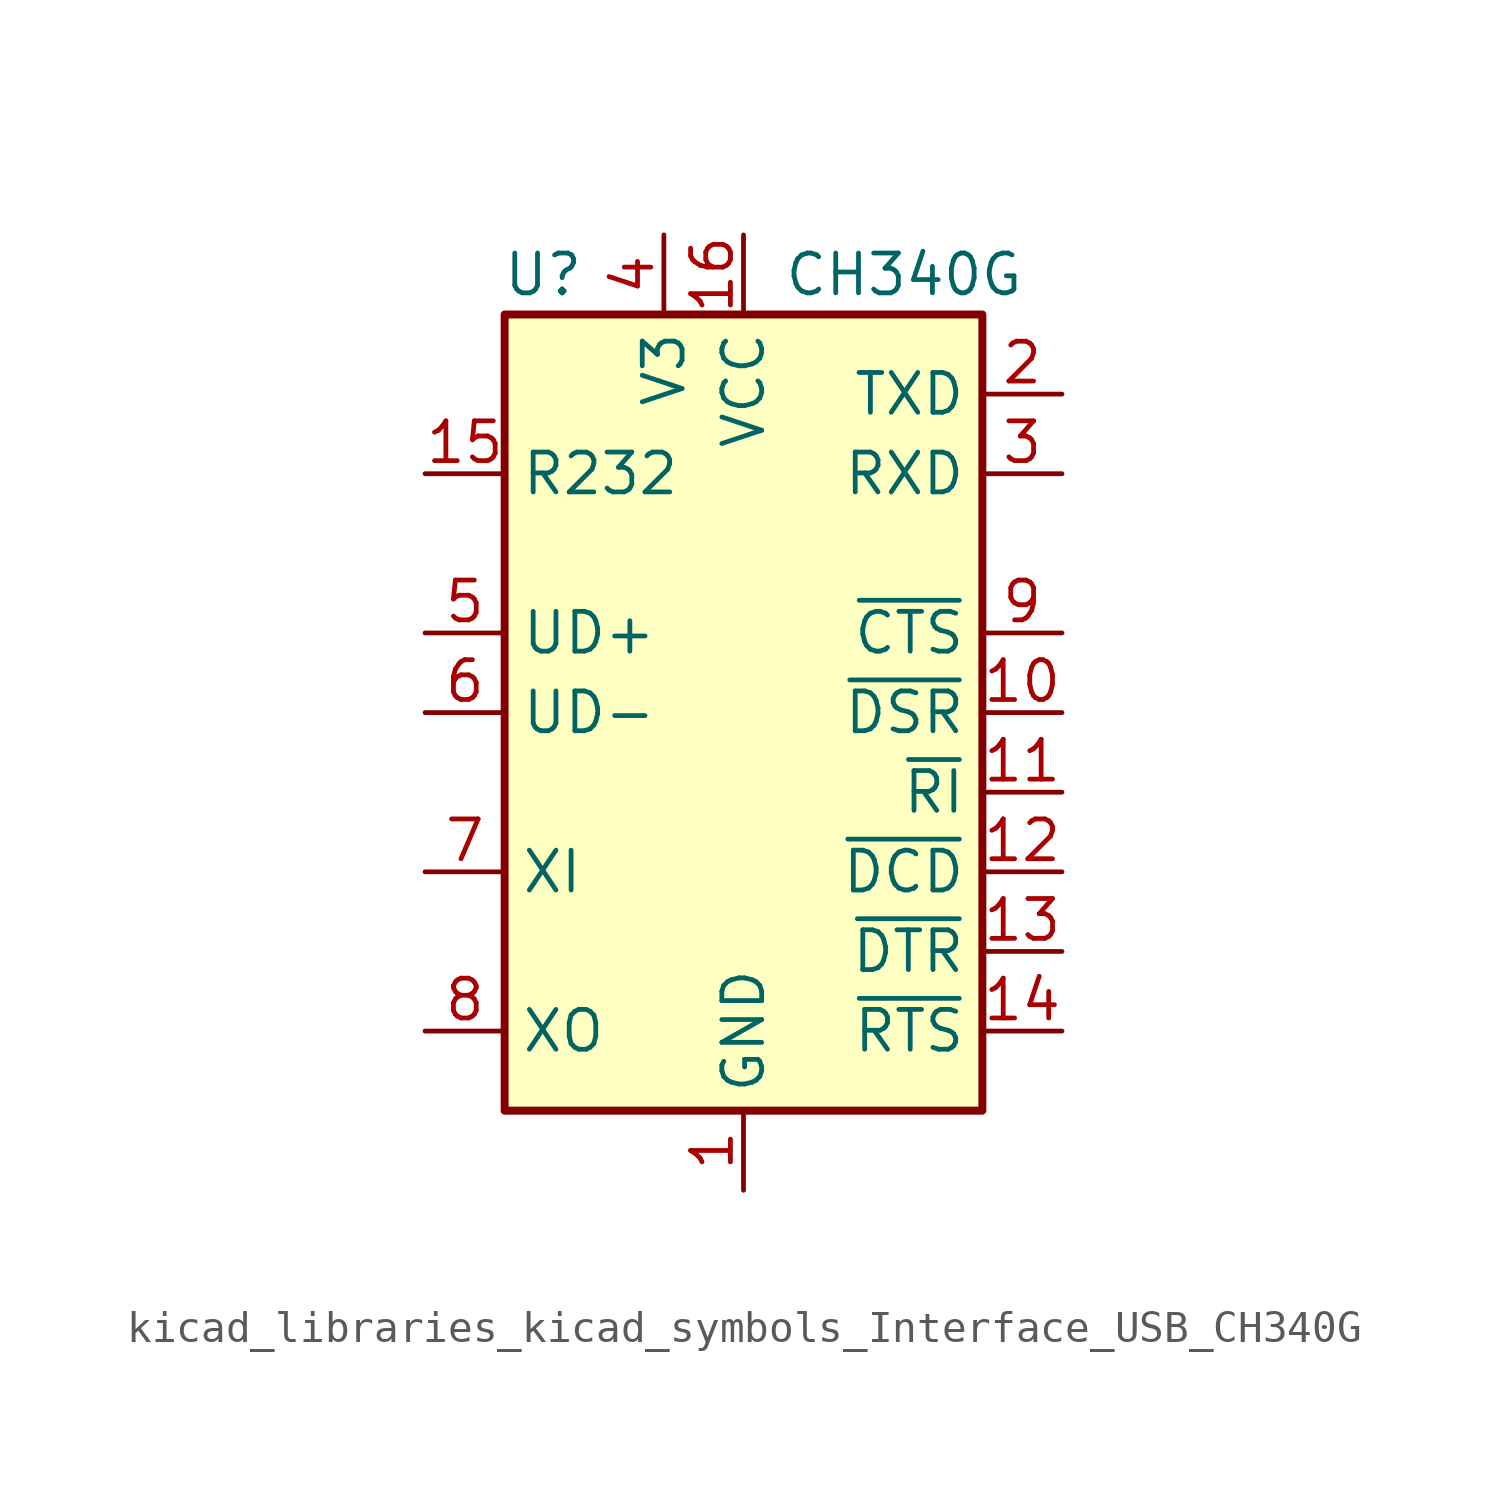
<source format=kicad_sym>
(kicad_symbol_lib
  (version 20220914)
  (generator kicad_symbol_editor)
  (symbol "kicad_libraries_kicad_symbols_Interface_USB_CH340G"
    (property "Reference" "U"
      (at -5.08 13.97 0)
      (effects (font (size 1.27 1.27)) (justify right)))
    (property "Value" "CH340G"
      (at 1.27 13.97 0)
      (effects (font (size 1.27 1.27)) (justify left)))
    (symbol "kicad_libraries_kicad_symbols_Interface_USB_CH340G_0_1"
      (rectangle (start -7.62 12.7) (end 7.62 -12.7) (stroke (width 0.254) (type default)) (fill (type background))))
    (symbol "kicad_libraries_kicad_symbols_Interface_USB_CH340G_1_1"
      (pin power_in line (at 0 -15.24 90) (length 2.54) (name "GND" (effects (font (size 1.27 1.27)))) (number "1" (effects (font (size 1.27 1.27)))))
      (pin input line (at 10.16 0 180) (length 2.54) (name "~{DSR}" (effects (font (size 1.27 1.27)))) (number "10" (effects (font (size 1.27 1.27)))))
      (pin input line (at 10.16 -2.54 180) (length 2.54) (name "~{RI}" (effects (font (size 1.27 1.27)))) (number "11" (effects (font (size 1.27 1.27)))))
      (pin input line (at 10.16 -5.08 180) (length 2.54) (name "~{DCD}" (effects (font (size 1.27 1.27)))) (number "12" (effects (font (size 1.27 1.27)))))
      (pin output line (at 10.16 -7.62 180) (length 2.54) (name "~{DTR}" (effects (font (size 1.27 1.27)))) (number "13" (effects (font (size 1.27 1.27)))))
      (pin output line (at 10.16 -10.16 180) (length 2.54) (name "~{RTS}" (effects (font (size 1.27 1.27)))) (number "14" (effects (font (size 1.27 1.27)))))
      (pin input line (at -10.16 7.62 0) (length 2.54) (name "R232" (effects (font (size 1.27 1.27)))) (number "15" (effects (font (size 1.27 1.27)))))
      (pin power_in line (at 0 15.24 270) (length 2.54) (name "VCC" (effects (font (size 1.27 1.27)))) (number "16" (effects (font (size 1.27 1.27)))))
      (pin output line (at 10.16 10.16 180) (length 2.54) (name "TXD" (effects (font (size 1.27 1.27)))) (number "2" (effects (font (size 1.27 1.27)))))
      (pin input line (at 10.16 7.62 180) (length 2.54) (name "RXD" (effects (font (size 1.27 1.27)))) (number "3" (effects (font (size 1.27 1.27)))))
      (pin passive line (at -2.54 15.24 270) (length 2.54) (name "V3" (effects (font (size 1.27 1.27)))) (number "4" (effects (font (size 1.27 1.27)))))
      (pin bidirectional line (at -10.16 2.54 0) (length 2.54) (name "UD+" (effects (font (size 1.27 1.27)))) (number "5" (effects (font (size 1.27 1.27)))))
      (pin bidirectional line (at -10.16 0 0) (length 2.54) (name "UD-" (effects (font (size 1.27 1.27)))) (number "6" (effects (font (size 1.27 1.27)))))
      (pin input line (at -10.16 -5.08 0) (length 2.54) (name "XI" (effects (font (size 1.27 1.27)))) (number "7" (effects (font (size 1.27 1.27)))))
      (pin output line (at -10.16 -10.16 0) (length 2.54) (name "XO" (effects (font (size 1.27 1.27)))) (number "8" (effects (font (size 1.27 1.27)))))
      (pin input line (at 10.16 2.54 180) (length 2.54) (name "~{CTS}" (effects (font (size 1.27 1.27)))) (number "9" (effects (font (size 1.27 1.27))))))))
</source>
